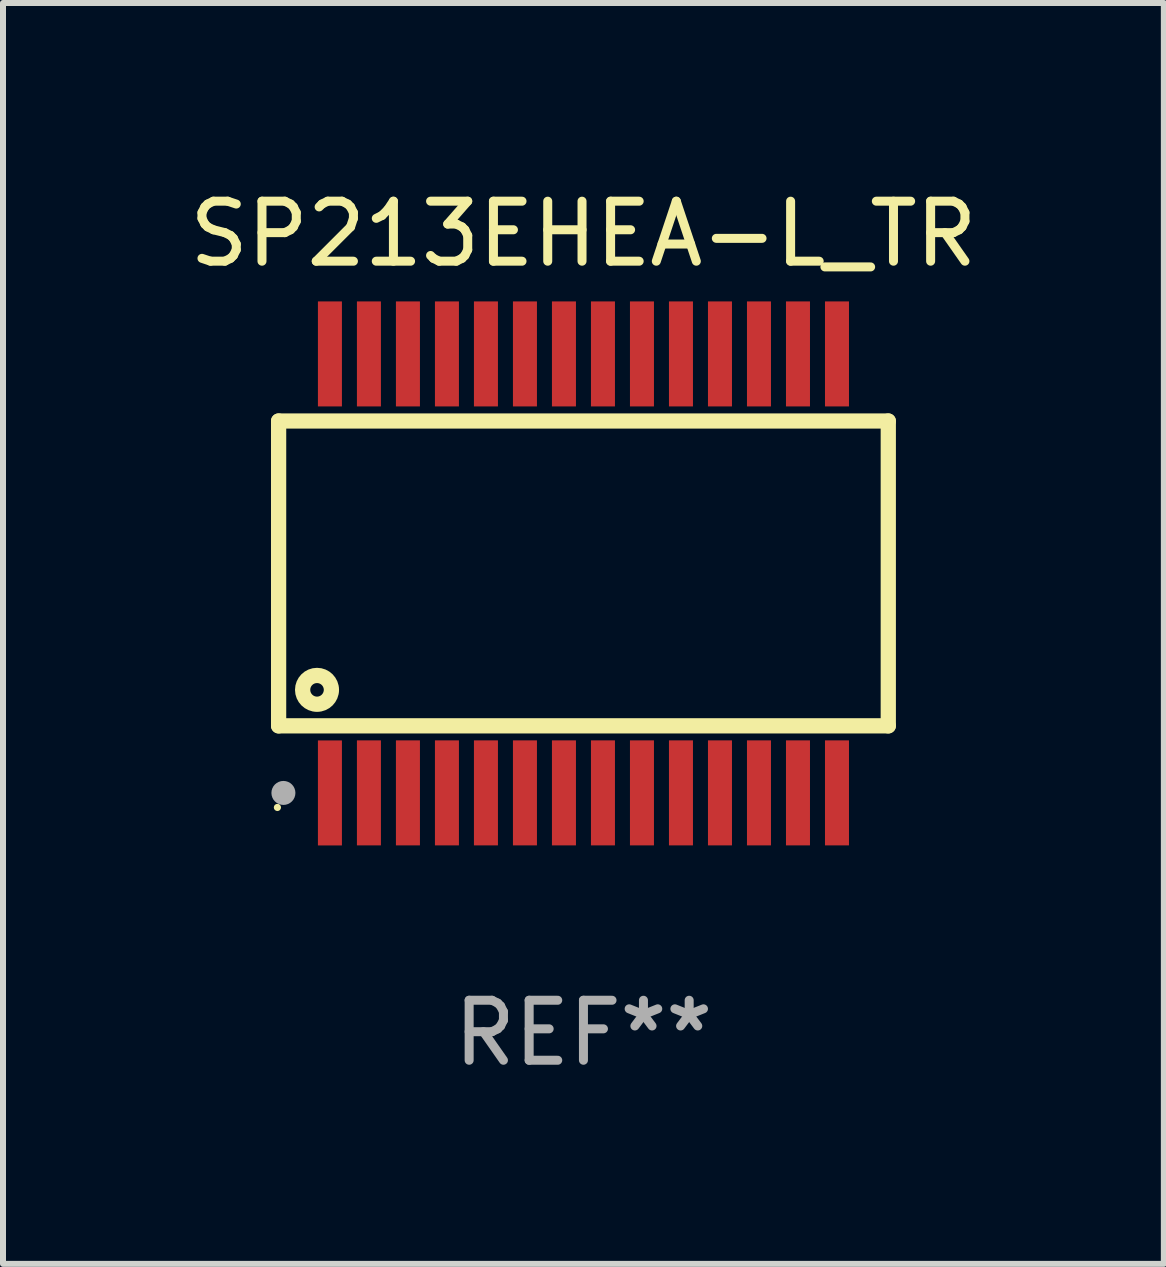
<source format=kicad_pcb>
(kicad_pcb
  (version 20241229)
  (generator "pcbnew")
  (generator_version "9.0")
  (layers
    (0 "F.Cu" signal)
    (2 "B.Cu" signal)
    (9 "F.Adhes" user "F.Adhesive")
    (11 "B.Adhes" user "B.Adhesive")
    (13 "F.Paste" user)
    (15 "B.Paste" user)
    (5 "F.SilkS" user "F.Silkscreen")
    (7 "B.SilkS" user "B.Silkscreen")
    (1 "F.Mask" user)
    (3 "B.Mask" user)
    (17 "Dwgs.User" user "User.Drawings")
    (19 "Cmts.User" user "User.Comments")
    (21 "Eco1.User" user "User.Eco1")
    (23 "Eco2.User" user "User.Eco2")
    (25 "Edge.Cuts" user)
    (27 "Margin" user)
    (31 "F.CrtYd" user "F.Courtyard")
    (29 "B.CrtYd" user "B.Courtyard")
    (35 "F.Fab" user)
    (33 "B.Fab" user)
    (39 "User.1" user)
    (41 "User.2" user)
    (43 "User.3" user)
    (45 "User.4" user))
  (footprint "SP213EHEA-L_TR"
    (layer "F.Cu")
    (at 6.673 6.506)
    (property "Reference" "SP213EHEA-L_TR" (at 0 -5.658 0) (layer "F.SilkS") (effects (font (size 1 1) (thickness 0.15))))
    (attr through_hole)
    (fp_line (start -5.08 -2.54) (end -5.08 2.54) (stroke (width 0.254) (type solid)) (layer "F.SilkS"))
    (fp_line (start -5.08 -2.54) (end 5.08 -2.54) (stroke (width 0.254) (type solid)) (layer "F.SilkS"))
    (fp_line (start 5.08 -2.54) (end 5.08 2.54) (stroke (width 0.254) (type solid)) (layer "F.SilkS"))
    (fp_line (start 5.08 2.54) (end -5.08 2.54) (stroke (width 0.254) (type solid)) (layer "F.SilkS"))
    (fp_circle (center -5.1 3.9) (end -5.07 3.9) (stroke (width 0.06) (type solid)) (fill no) (layer "F.SilkS"))
    (fp_circle (center -4.44 1.94) (end -4.2 1.94) (stroke (width 0.254) (type solid)) (fill no) (layer "F.SilkS"))
    (fp_circle (center -5 3.658) (end -4.9 3.658) (stroke (width 0.2) (type solid)) (fill no) (layer "F.Fab"))
    (fp_text user "REF**" (at 0 7.658 0) (layer "F.Fab") (effects (font (size 1 1) (thickness 0.15))))
    (pad "1" smd rect (at -4.225 3.658) (size 0.4 1.75) (layers "F.Cu" "F.Mask" "F.Paste"))
    (pad "2" smd rect (at -3.575 3.657) (size 0.4 1.75) (layers "F.Cu" "F.Mask" "F.Paste"))
    (pad "3" smd rect (at -2.925 3.657) (size 0.4 1.75) (layers "F.Cu" "F.Mask" "F.Paste"))
    (pad "4" smd rect (at -2.275 3.657) (size 0.4 1.75) (layers "F.Cu" "F.Mask" "F.Paste"))
    (pad "5" smd rect (at -1.625 3.657) (size 0.4 1.75) (layers "F.Cu" "F.Mask" "F.Paste"))
    (pad "6" smd rect (at -0.975 3.657) (size 0.4 1.75) (layers "F.Cu" "F.Mask" "F.Paste"))
    (pad "7" smd rect (at -0.325 3.657) (size 0.4 1.75) (layers "F.Cu" "F.Mask" "F.Paste"))
    (pad "8" smd rect (at 0.325 3.657) (size 0.4 1.75) (layers "F.Cu" "F.Mask" "F.Paste"))
    (pad "9" smd rect (at 0.975 3.657) (size 0.4 1.75) (layers "F.Cu" "F.Mask" "F.Paste"))
    (pad "10" smd rect (at 1.625 3.657) (size 0.4 1.75) (layers "F.Cu" "F.Mask" "F.Paste"))
    (pad "11" smd rect (at 2.275 3.657) (size 0.4 1.75) (layers "F.Cu" "F.Mask" "F.Paste"))
    (pad "12" smd rect (at 2.925 3.657) (size 0.4 1.75) (layers "F.Cu" "F.Mask" "F.Paste"))
    (pad "13" smd rect (at 3.575 3.657) (size 0.4 1.75) (layers "F.Cu" "F.Mask" "F.Paste"))
    (pad "14" smd rect (at 4.225 3.657) (size 0.4 1.75) (layers "F.Cu" "F.Mask" "F.Paste"))
    (pad "15" smd rect (at 4.225 -3.658) (size 0.4 1.75) (layers "F.Cu" "F.Mask" "F.Paste"))
    (pad "16" smd rect (at 3.575 -3.658) (size 0.4 1.75) (layers "F.Cu" "F.Mask" "F.Paste"))
    (pad "17" smd rect (at 2.925 -3.658) (size 0.4 1.75) (layers "F.Cu" "F.Mask" "F.Paste"))
    (pad "18" smd rect (at 2.275 -3.658) (size 0.4 1.75) (layers "F.Cu" "F.Mask" "F.Paste"))
    (pad "19" smd rect (at 1.625 -3.658) (size 0.4 1.75) (layers "F.Cu" "F.Mask" "F.Paste"))
    (pad "20" smd rect (at 0.975 -3.658) (size 0.4 1.75) (layers "F.Cu" "F.Mask" "F.Paste"))
    (pad "21" smd rect (at 0.325 -3.658) (size 0.4 1.75) (layers "F.Cu" "F.Mask" "F.Paste"))
    (pad "22" smd rect (at -0.325 -3.658) (size 0.4 1.75) (layers "F.Cu" "F.Mask" "F.Paste"))
    (pad "23" smd rect (at -0.975 -3.658) (size 0.4 1.75) (layers "F.Cu" "F.Mask" "F.Paste"))
    (pad "24" smd rect (at -1.625 -3.658) (size 0.4 1.75) (layers "F.Cu" "F.Mask" "F.Paste"))
    (pad "25" smd rect (at -2.275 -3.658) (size 0.4 1.75) (layers "F.Cu" "F.Mask" "F.Paste"))
    (pad "26" smd rect (at -2.925 -3.658) (size 0.4 1.75) (layers "F.Cu" "F.Mask" "F.Paste"))
    (pad "27" smd rect (at -3.575 -3.658) (size 0.4 1.75) (layers "F.Cu" "F.Mask" "F.Paste"))
    (pad "28" smd rect (at -4.225 -3.658) (size 0.4 1.75) (layers "F.Cu" "F.Mask" "F.Paste")))
  (gr_rect
    (start -3 -3)
    (end 16.345 18.012)
    (stroke (width 0.1) (type default))
    (fill no)
    (layer "Edge.Cuts")))
</source>
